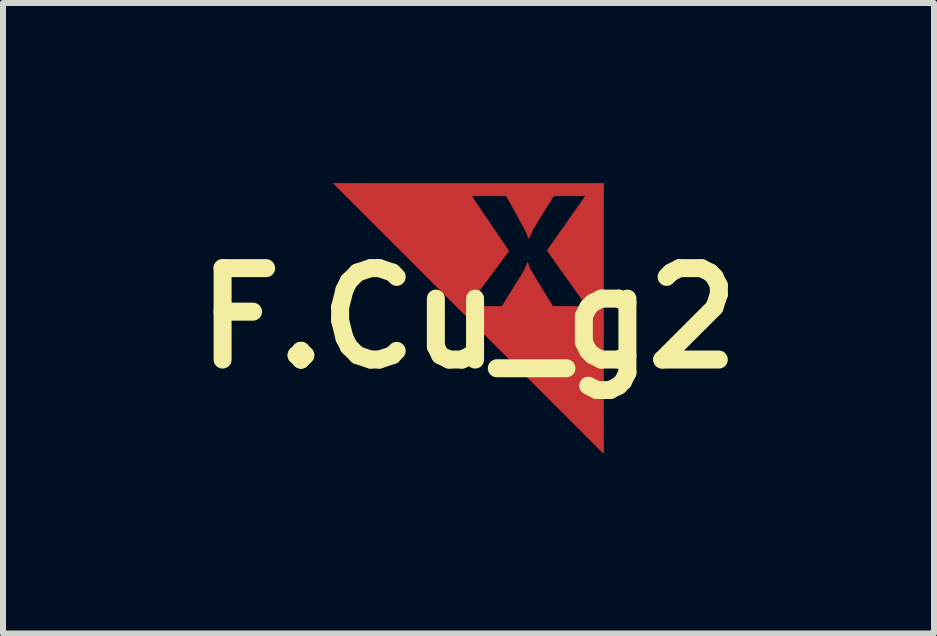
<source format=kicad_pcb>
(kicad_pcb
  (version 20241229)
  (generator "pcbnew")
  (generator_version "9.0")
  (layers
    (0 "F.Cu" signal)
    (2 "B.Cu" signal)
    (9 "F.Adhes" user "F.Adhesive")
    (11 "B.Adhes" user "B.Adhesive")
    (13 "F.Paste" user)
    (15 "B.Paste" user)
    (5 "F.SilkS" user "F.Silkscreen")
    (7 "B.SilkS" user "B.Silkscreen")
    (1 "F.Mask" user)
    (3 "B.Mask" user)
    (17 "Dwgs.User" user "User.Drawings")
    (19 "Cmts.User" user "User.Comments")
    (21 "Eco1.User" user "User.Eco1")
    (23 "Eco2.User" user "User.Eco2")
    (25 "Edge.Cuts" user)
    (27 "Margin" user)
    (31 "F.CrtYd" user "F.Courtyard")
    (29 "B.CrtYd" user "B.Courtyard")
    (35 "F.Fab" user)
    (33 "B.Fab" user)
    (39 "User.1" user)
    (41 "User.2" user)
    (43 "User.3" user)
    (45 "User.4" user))
  (footprint "F.Cu_g2"
    (layer "F.Cu")
    (at 4.761 2.255)
    (property "Reference" "F.Cu_g2" (at 0 0 0) (layer "F.SilkS") (effects (font (size 1.524 1.524) (thickness 0.3))))
    (attr through_hole)
    (fp_poly (pts (xy 2.25 0) (xy 2.25 0.133) (xy 2.25 0.265) (xy 2.25 0.394) (xy 2.25 0.52) (xy 2.25 0.644) (xy 2.25 0.765) (xy 2.25 0.883) (xy 2.25 0.998) (xy 2.25 1.109) (xy 2.25 1.217) (xy 2.25 1.32) (xy 2.25 1.419) (xy 2.25 1.514) (xy 2.25 1.604) (xy 2.25 1.689) (xy 2.25 1.769) (xy 2.25 1.844) (xy 2.25 1.913) (xy 2.25 1.976) (xy 2.25 2.034) (xy 2.25 2.085) (xy 2.25 2.13) (xy 2.25 2.168) (xy 2.249 2.199) (xy 2.249 2.223) (xy 2.249 2.239) (xy 2.249 2.249) (xy 2.249 2.25) (xy 2.246 2.247) (xy 2.238 2.239) (xy 2.224 2.226) (xy 2.206 2.207) (xy 2.182 2.183) (xy 2.153 2.154) (xy 2.119 2.12) (xy 2.081 2.082) (xy 2.038 2.039) (xy 1.99 1.992) (xy 1.939 1.94) (xy 1.883 1.884) (xy 1.823 1.825) (xy 1.759 1.761) (xy 1.692 1.693) (xy 1.621 1.622) (xy 1.546 1.548) (xy 1.468 1.47) (xy 1.387 1.389) (xy 1.303 1.305) (xy 1.216 1.217) (xy 1.126 1.127) (xy 1.033 1.035) (xy 0.938 0.939) (xy 0.84 0.842) (xy 0.74 0.742) (xy 0.638 0.64) (xy 0.534 0.535) (xy 0.427 0.429) (xy 0.32 0.322) (xy 0.21 0.212) (xy 0.099 0.101) (xy -0.002 0) (xy -0.205 -0.203) (xy -0.009 -0.203) (xy -0.009 -0.202) (xy -0.004 -0.202) (xy 0.003 -0.201) (xy 0.015 -0.2) (xy 0.032 -0.2) (xy 0.054 -0.199) (xy 0.081 -0.199) (xy 0.114 -0.199) (xy 0.153 -0.199) (xy 0.2 -0.198) (xy 0.254 -0.198) (xy 0.273 -0.198) (xy 0.559 -0.198) (xy 0.747 -0.501) (xy 0.781 -0.555) (xy 0.811 -0.603) (xy 0.837 -0.646) (xy 0.86 -0.683) (xy 0.88 -0.715) (xy 0.897 -0.743) (xy 0.911 -0.768) (xy 0.923 -0.789) (xy 0.933 -0.808) (xy 0.942 -0.824) (xy 0.949 -0.839) (xy 0.955 -0.852) (xy 0.961 -0.865) (xy 0.965 -0.878) (xy 0.97 -0.891) (xy 0.974 -0.904) (xy 0.979 -0.915) (xy 0.983 -0.923) (xy 0.986 -0.925) (xy 0.989 -0.921) (xy 0.993 -0.912) (xy 0.997 -0.898) (xy 0.998 -0.896) (xy 1.003 -0.876) (xy 1.01 -0.855) (xy 1.016 -0.839) (xy 1.02 -0.831) (xy 1.028 -0.816) (xy 1.04 -0.795) (xy 1.055 -0.768) (xy 1.075 -0.736) (xy 1.097 -0.699) (xy 1.122 -0.657) (xy 1.151 -0.61) (xy 1.182 -0.559) (xy 1.212 -0.51) (xy 1.24 -0.465) (xy 1.266 -0.423) (xy 1.291 -0.382) (xy 1.314 -0.345) (xy 1.335 -0.31) (xy 1.354 -0.28) (xy 1.37 -0.254) (xy 1.384 -0.233) (xy 1.394 -0.217) (xy 1.4 -0.207) (xy 1.403 -0.203) (xy 1.405 -0.202) (xy 1.411 -0.202) (xy 1.42 -0.201) (xy 1.434 -0.2) (xy 1.452 -0.2) (xy 1.476 -0.199) (xy 1.505 -0.199) (xy 1.54 -0.199) (xy 1.581 -0.199) (xy 1.63 -0.199) (xy 1.686 -0.199) (xy 1.69 -0.199) (xy 1.972 -0.2) (xy 1.643 -0.663) (xy 1.604 -0.717) (xy 1.567 -0.769) (xy 1.531 -0.819) (xy 1.497 -0.867) (xy 1.466 -0.912) (xy 1.436 -0.954) (xy 1.409 -0.992) (xy 1.385 -1.026) (xy 1.364 -1.056) (xy 1.346 -1.081) (xy 1.332 -1.102) (xy 1.322 -1.116) (xy 1.315 -1.125) (xy 1.314 -1.128) (xy 1.316 -1.132) (xy 1.322 -1.142) (xy 1.333 -1.157) (xy 1.347 -1.178) (xy 1.365 -1.204) (xy 1.386 -1.234) (xy 1.411 -1.268) (xy 1.437 -1.307) (xy 1.467 -1.348) (xy 1.498 -1.393) (xy 1.531 -1.441) (xy 1.566 -1.49) (xy 1.603 -1.542) (xy 1.615 -1.559) (xy 1.652 -1.612) (xy 1.688 -1.663) (xy 1.723 -1.712) (xy 1.756 -1.759) (xy 1.787 -1.804) (xy 1.816 -1.845) (xy 1.843 -1.883) (xy 1.866 -1.916) (xy 1.887 -1.946) (xy 1.905 -1.971) (xy 1.918 -1.99) (xy 1.928 -2.004) (xy 1.934 -2.012) (xy 1.935 -2.013) (xy 1.953 -2.04) (xy 1.686 -2.04) (xy 1.419 -2.04) (xy 1.247 -1.765) (xy 1.215 -1.713) (xy 1.187 -1.667) (xy 1.162 -1.627) (xy 1.14 -1.592) (xy 1.122 -1.561) (xy 1.106 -1.534) (xy 1.092 -1.511) (xy 1.08 -1.49) (xy 1.07 -1.471) (xy 1.061 -1.453) (xy 1.053 -1.436) (xy 1.045 -1.42) (xy 1.038 -1.403) (xy 1.031 -1.386) (xy 1.024 -1.367) (xy 1.022 -1.362) (xy 1.016 -1.349) (xy 1.011 -1.339) (xy 1.007 -1.334) (xy 1.006 -1.333) (xy 1.003 -1.337) (xy 0.998 -1.346) (xy 0.992 -1.36) (xy 0.988 -1.37) (xy 0.984 -1.382) (xy 0.979 -1.394) (xy 0.974 -1.407) (xy 0.968 -1.421) (xy 0.961 -1.436) (xy 0.953 -1.453) (xy 0.943 -1.473) (xy 0.931 -1.496) (xy 0.917 -1.523) (xy 0.9 -1.553) (xy 0.881 -1.588) (xy 0.859 -1.628) (xy 0.833 -1.674) (xy 0.805 -1.726) (xy 0.784 -1.763) (xy 0.63 -2.04) (xy 0.339 -2.04) (xy 0.282 -2.04) (xy 0.232 -2.04) (xy 0.189 -2.04) (xy 0.153 -2.039) (xy 0.123 -2.039) (xy 0.099 -2.039) (xy 0.08 -2.038) (xy 0.067 -2.038) (xy 0.057 -2.037) (xy 0.052 -2.036) (xy 0.05 -2.035) (xy 0.05 -2.035) (xy 0.053 -2.031) (xy 0.059 -2.021) (xy 0.07 -2.005) (xy 0.085 -1.984) (xy 0.102 -1.958) (xy 0.123 -1.927) (xy 0.147 -1.892) (xy 0.173 -1.853) (xy 0.202 -1.811) (xy 0.233 -1.766) (xy 0.266 -1.717) (xy 0.3 -1.667) (xy 0.336 -1.615) (xy 0.348 -1.596) (xy 0.384 -1.543) (xy 0.419 -1.491) (xy 0.453 -1.442) (xy 0.485 -1.394) (xy 0.516 -1.35) (xy 0.544 -1.308) (xy 0.569 -1.271) (xy 0.592 -1.237) (xy 0.612 -1.207) (xy 0.629 -1.183) (xy 0.642 -1.164) (xy 0.651 -1.15) (xy 0.657 -1.142) (xy 0.657 -1.141) (xy 0.671 -1.12) (xy 0.332 -0.664) (xy 0.293 -0.611) (xy 0.254 -0.559) (xy 0.217 -0.509) (xy 0.182 -0.462) (xy 0.149 -0.418) (xy 0.119 -0.376) (xy 0.091 -0.339) (xy 0.066 -0.305) (xy 0.044 -0.275) (xy 0.025 -0.25) (xy 0.01 -0.23) (xy -0.001 -0.215) (xy -0.007 -0.206) (xy -0.009 -0.203) (xy -0.205 -0.203) (xy -2.252 -2.25) (xy 2.25 -2.25) (xy 2.25 0)) (stroke (width 0.01) (type solid)) (fill yes) (layer "F.Cu")))
  (gr_rect
    (start -3 -3)
    (end 12.521 7.511)
    (stroke (width 0.1) (type default))
    (fill no)
    (layer "Edge.Cuts")))
</source>
